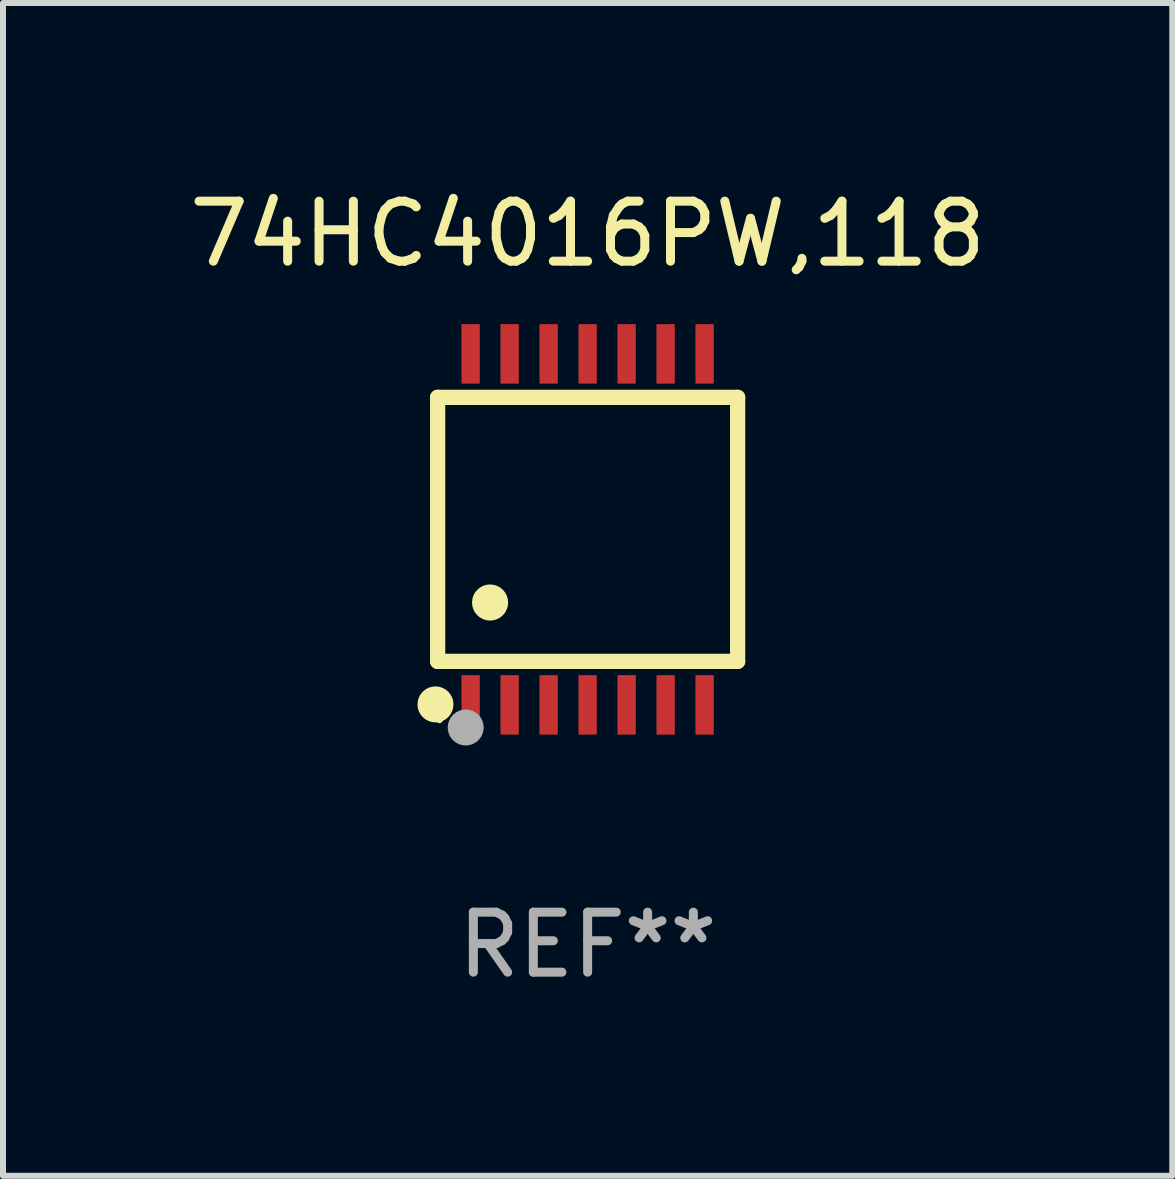
<source format=kicad_pcb>
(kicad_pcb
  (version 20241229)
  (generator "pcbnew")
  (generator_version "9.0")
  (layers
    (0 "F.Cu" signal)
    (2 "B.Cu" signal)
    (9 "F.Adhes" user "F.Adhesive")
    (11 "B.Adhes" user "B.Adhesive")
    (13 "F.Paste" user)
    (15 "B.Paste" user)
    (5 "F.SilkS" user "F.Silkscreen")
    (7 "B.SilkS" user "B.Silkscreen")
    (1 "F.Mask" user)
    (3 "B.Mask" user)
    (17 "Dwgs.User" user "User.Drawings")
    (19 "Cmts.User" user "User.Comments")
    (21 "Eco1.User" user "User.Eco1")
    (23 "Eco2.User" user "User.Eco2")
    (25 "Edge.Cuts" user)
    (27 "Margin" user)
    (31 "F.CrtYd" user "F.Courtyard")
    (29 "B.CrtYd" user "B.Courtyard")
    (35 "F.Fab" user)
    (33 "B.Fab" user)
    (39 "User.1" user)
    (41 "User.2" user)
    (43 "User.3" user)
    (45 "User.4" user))
  (footprint "74HC4016PW,118"
    (layer "F.Cu")
    (at 6.744 5.773)
    (property "Reference" "74HC4016PW,118" (at 0 -4.925 0) (layer "F.SilkS") (effects (font (size 1 1) (thickness 0.15))))
    (attr through_hole)
    (fp_line (start -2.5 2.2) (end -2.5 -2.2) (stroke (width 0.254) (type solid)) (layer "F.SilkS"))
    (fp_line (start -2.5 2.2) (end 2.5 2.2) (stroke (width 0.254) (type solid)) (layer "F.SilkS"))
    (fp_line (start 2.5 -2.2) (end -2.5 -2.2) (stroke (width 0.254) (type solid)) (layer "F.SilkS"))
    (fp_line (start 2.5 -2.2) (end 2.5 2.2) (stroke (width 0.254) (type solid)) (layer "F.SilkS"))
    (fp_circle (center -2.536 2.917) (end -2.386 2.917) (stroke (width 0.3) (type solid)) (fill no) (layer "F.SilkS"))
    (fp_circle (center -2.47 3.17) (end -2.44 3.17) (stroke (width 0.06) (type solid)) (fill no) (layer "F.SilkS"))
    (fp_circle (center -1.626 1.219) (end -1.475 1.219) (stroke (width 0.3) (type solid)) (fill no) (layer "F.SilkS"))
    (fp_circle (center -2.032 3.302) (end -1.882 3.302) (stroke (width 0.3) (type solid)) (fill no) (layer "F.Fab"))
    (fp_text user "REF**" (at 0 6.925 0) (layer "F.Fab") (effects (font (size 1 1) (thickness 0.15))))
    (pad "1" smd rect (at -1.95 2.925) (size 0.305 0.991) (layers "F.Cu" "F.Mask" "F.Paste"))
    (pad "2" smd rect (at -1.3 2.925) (size 0.305 0.991) (layers "F.Cu" "F.Mask" "F.Paste"))
    (pad "3" smd rect (at -0.65 2.925) (size 0.305 0.991) (layers "F.Cu" "F.Mask" "F.Paste"))
    (pad "4" smd rect (at 0 2.925) (size 0.305 0.991) (layers "F.Cu" "F.Mask" "F.Paste"))
    (pad "5" smd rect (at 0.65 2.925) (size 0.305 0.991) (layers "F.Cu" "F.Mask" "F.Paste"))
    (pad "6" smd rect (at 1.3 2.925) (size 0.305 0.991) (layers "F.Cu" "F.Mask" "F.Paste"))
    (pad "7" smd rect (at 1.95 2.925) (size 0.305 0.991) (layers "F.Cu" "F.Mask" "F.Paste"))
    (pad "8" smd rect (at 1.95 -2.925) (size 0.305 0.991) (layers "F.Cu" "F.Mask" "F.Paste"))
    (pad "9" smd rect (at 1.3 -2.925) (size 0.305 0.991) (layers "F.Cu" "F.Mask" "F.Paste"))
    (pad "10" smd rect (at 0.65 -2.925) (size 0.305 0.991) (layers "F.Cu" "F.Mask" "F.Paste"))
    (pad "11" smd rect (at 0 -2.925) (size 0.305 0.991) (layers "F.Cu" "F.Mask" "F.Paste"))
    (pad "12" smd rect (at -0.65 -2.925) (size 0.305 0.991) (layers "F.Cu" "F.Mask" "F.Paste"))
    (pad "13" smd rect (at -1.3 -2.925) (size 0.305 0.991) (layers "F.Cu" "F.Mask" "F.Paste"))
    (pad "14" smd rect (at -1.95 -2.925) (size 0.305 0.991) (layers "F.Cu" "F.Mask" "F.Paste")))
  (gr_rect
    (start -3 -3)
    (end 16.488 16.547)
    (stroke (width 0.1) (type default))
    (fill no)
    (layer "Edge.Cuts")))
</source>
